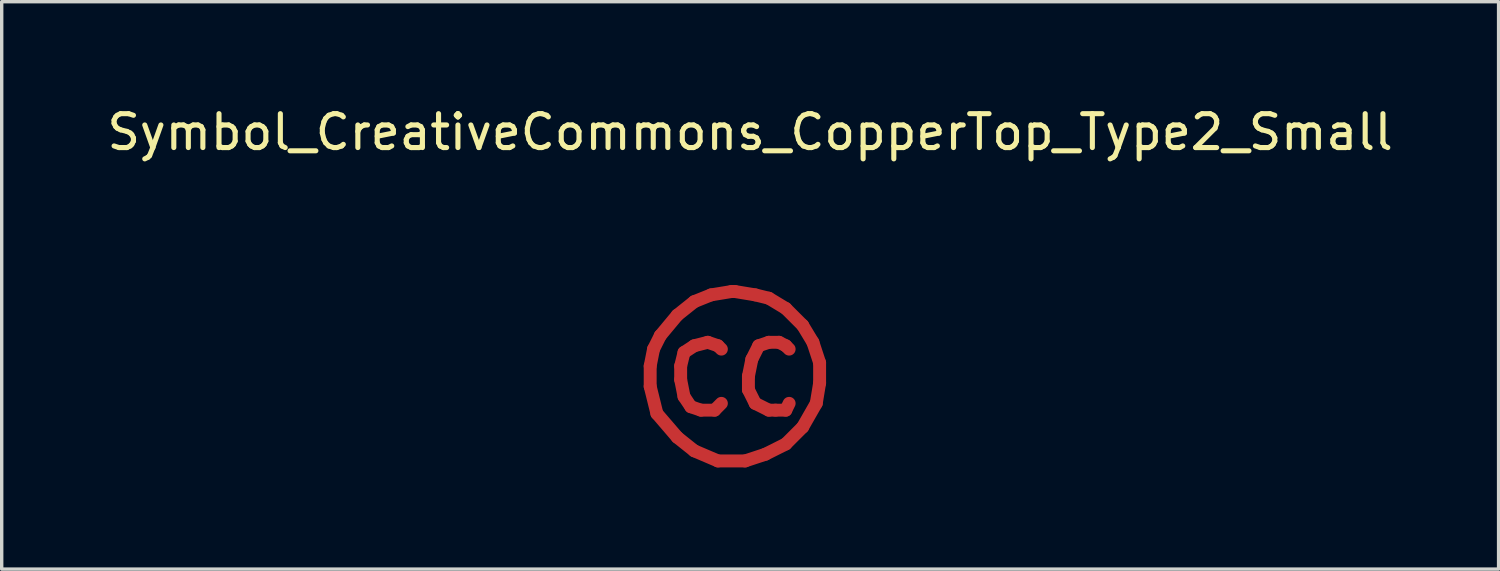
<source format=kicad_pcb>
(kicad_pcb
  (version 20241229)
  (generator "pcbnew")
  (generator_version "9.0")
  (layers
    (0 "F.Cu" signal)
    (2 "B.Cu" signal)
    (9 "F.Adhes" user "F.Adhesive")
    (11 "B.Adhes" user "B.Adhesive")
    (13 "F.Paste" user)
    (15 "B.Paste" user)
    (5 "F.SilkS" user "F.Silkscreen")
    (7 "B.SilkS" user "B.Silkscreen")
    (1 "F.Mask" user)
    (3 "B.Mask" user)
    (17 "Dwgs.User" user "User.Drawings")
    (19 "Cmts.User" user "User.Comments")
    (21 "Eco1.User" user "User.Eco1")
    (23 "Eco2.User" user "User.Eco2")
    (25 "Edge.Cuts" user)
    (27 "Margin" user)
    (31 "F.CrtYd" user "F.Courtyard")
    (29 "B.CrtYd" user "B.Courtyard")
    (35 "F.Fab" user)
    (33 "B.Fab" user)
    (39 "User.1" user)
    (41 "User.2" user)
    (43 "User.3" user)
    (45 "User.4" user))
  (footprint "Symbol_CreativeCommons_CopperTop_Type2_Small"
    (layer "F.Cu")
    (at 18.478 8.148)
    (property "Reference" "Symbol_CreativeCommons_CopperTop_Type2_Small" (at 0.599 -7.3 0) (layer "F.SilkS") (effects (font (size 1 1) (thickness 0.15))))
    (attr through_hole)
    (fp_line (start -2.349 -0.4) (end -2.349 0.2) (stroke (width 0.381) (type solid)) (layer "F.Cu"))
    (fp_line (start -2.349 0.2) (end -2.151 1) (stroke (width 0.381) (type solid)) (layer "F.Cu"))
    (fp_line (start -2.25 -0.9) (end -2.349 -0.4) (stroke (width 0.381) (type solid)) (layer "F.Cu"))
    (fp_line (start -2.151 1) (end -1.549 1.701) (stroke (width 0.381) (type solid)) (layer "F.Cu"))
    (fp_line (start -2.05 -1.299) (end -2.25 -0.9) (stroke (width 0.381) (type solid)) (layer "F.Cu"))
    (fp_line (start -1.549 -1.901) (end -2.05 -1.299) (stroke (width 0.381) (type solid)) (layer "F.Cu"))
    (fp_line (start -1.549 1.701) (end -1.049 2.1) (stroke (width 0.381) (type solid)) (layer "F.Cu"))
    (fp_line (start -1.45 -0.4) (end -1.45 -0.001) (stroke (width 0.381) (type solid)) (layer "F.Cu"))
    (fp_line (start -1.45 -0.001) (end -1.351 0.499) (stroke (width 0.381) (type solid)) (layer "F.Cu"))
    (fp_line (start -1.351 -0.801) (end -1.45 -0.4) (stroke (width 0.381) (type solid)) (layer "F.Cu"))
    (fp_line (start -1.351 0.499) (end -1.15 0.799) (stroke (width 0.381) (type solid)) (layer "F.Cu"))
    (fp_line (start -1.15 0.799) (end -0.851 0.901) (stroke (width 0.381) (type solid)) (layer "F.Cu"))
    (fp_line (start -1.049 -2.3) (end -1.549 -1.901) (stroke (width 0.381) (type solid)) (layer "F.Cu"))
    (fp_line (start -1.049 -0.999) (end -1.351 -0.801) (stroke (width 0.381) (type solid)) (layer "F.Cu"))
    (fp_line (start -1.049 2.1) (end -0.35 2.399) (stroke (width 0.381) (type solid)) (layer "F.Cu"))
    (fp_line (start -0.851 0.901) (end -0.449 0.901) (stroke (width 0.381) (type solid)) (layer "F.Cu"))
    (fp_line (start -0.65 -1.101) (end -1.049 -0.999) (stroke (width 0.381) (type solid)) (layer "F.Cu"))
    (fp_line (start -0.551 -2.5) (end -1.049 -2.3) (stroke (width 0.381) (type solid)) (layer "F.Cu"))
    (fp_line (start -0.449 0.901) (end -0.249 0.7) (stroke (width 0.381) (type solid)) (layer "F.Cu"))
    (fp_line (start -0.35 -0.999) (end -0.65 -1.101) (stroke (width 0.381) (type solid)) (layer "F.Cu"))
    (fp_line (start -0.35 2.399) (end 0.45 2.399) (stroke (width 0.381) (type solid)) (layer "F.Cu"))
    (fp_line (start -0.249 -0.9) (end -0.35 -0.999) (stroke (width 0.381) (type solid)) (layer "F.Cu"))
    (fp_line (start 0.051 -2.599) (end -0.551 -2.5) (stroke (width 0.381) (type solid)) (layer "F.Cu"))
    (fp_line (start 0.15 -2.599) (end 0.051 -2.599) (stroke (width 0.381) (type solid)) (layer "F.Cu"))
    (fp_line (start 0.45 2.399) (end 1.049 2.201) (stroke (width 0.381) (type solid)) (layer "F.Cu"))
    (fp_line (start 0.549 -0.1) (end 0.549 0.299) (stroke (width 0.381) (type solid)) (layer "F.Cu"))
    (fp_line (start 0.549 0.299) (end 0.749 0.7) (stroke (width 0.381) (type solid)) (layer "F.Cu"))
    (fp_line (start 0.65 -0.6) (end 0.549 -0.1) (stroke (width 0.381) (type solid)) (layer "F.Cu"))
    (fp_line (start 0.749 -2.5) (end 0.15 -2.599) (stroke (width 0.381) (type solid)) (layer "F.Cu"))
    (fp_line (start 0.749 0.7) (end 1.151 0.901) (stroke (width 0.381) (type solid)) (layer "F.Cu"))
    (fp_line (start 0.851 -0.999) (end 0.65 -0.6) (stroke (width 0.381) (type solid)) (layer "F.Cu"))
    (fp_line (start 1.049 2.201) (end 1.651 1.899) (stroke (width 0.381) (type solid)) (layer "F.Cu"))
    (fp_line (start 1.151 -2.401) (end 0.749 -2.5) (stroke (width 0.381) (type solid)) (layer "F.Cu"))
    (fp_line (start 1.151 -1.101) (end 0.851 -0.999) (stroke (width 0.381) (type solid)) (layer "F.Cu"))
    (fp_line (start 1.151 0.901) (end 1.349 0.901) (stroke (width 0.381) (type solid)) (layer "F.Cu"))
    (fp_line (start 1.349 0.901) (end 1.651 0.901) (stroke (width 0.381) (type solid)) (layer "F.Cu"))
    (fp_line (start 1.45 -1.101) (end 1.151 -1.101) (stroke (width 0.381) (type solid)) (layer "F.Cu"))
    (fp_line (start 1.651 -2.099) (end 1.151 -2.401) (stroke (width 0.381) (type solid)) (layer "F.Cu"))
    (fp_line (start 1.651 -0.999) (end 1.45 -1.101) (stroke (width 0.381) (type solid)) (layer "F.Cu"))
    (fp_line (start 1.651 0.901) (end 1.75 0.7) (stroke (width 0.381) (type solid)) (layer "F.Cu"))
    (fp_line (start 1.651 1.899) (end 2.149 1.401) (stroke (width 0.381) (type solid)) (layer "F.Cu"))
    (fp_line (start 1.75 -0.9) (end 1.651 -0.999) (stroke (width 0.381) (type solid)) (layer "F.Cu"))
    (fp_line (start 2.149 -1.601) (end 1.651 -2.099) (stroke (width 0.381) (type solid)) (layer "F.Cu"))
    (fp_line (start 2.149 1.401) (end 2.55 0.7) (stroke (width 0.381) (type solid)) (layer "F.Cu"))
    (fp_line (start 2.451 -1.101) (end 2.149 -1.601) (stroke (width 0.381) (type solid)) (layer "F.Cu"))
    (fp_line (start 2.55 0.7) (end 2.649 0.101) (stroke (width 0.381) (type solid)) (layer "F.Cu"))
    (fp_line (start 2.649 -0.499) (end 2.451 -1.101) (stroke (width 0.381) (type solid)) (layer "F.Cu"))
    (fp_line (start 2.649 0.101) (end 2.649 -0.499) (stroke (width 0.381) (type solid)) (layer "F.Cu")))
  (gr_rect
    (start -3 -3)
    (end 41.155 13.738)
    (stroke (width 0.1) (type default))
    (fill no)
    (layer "Edge.Cuts")))
</source>
